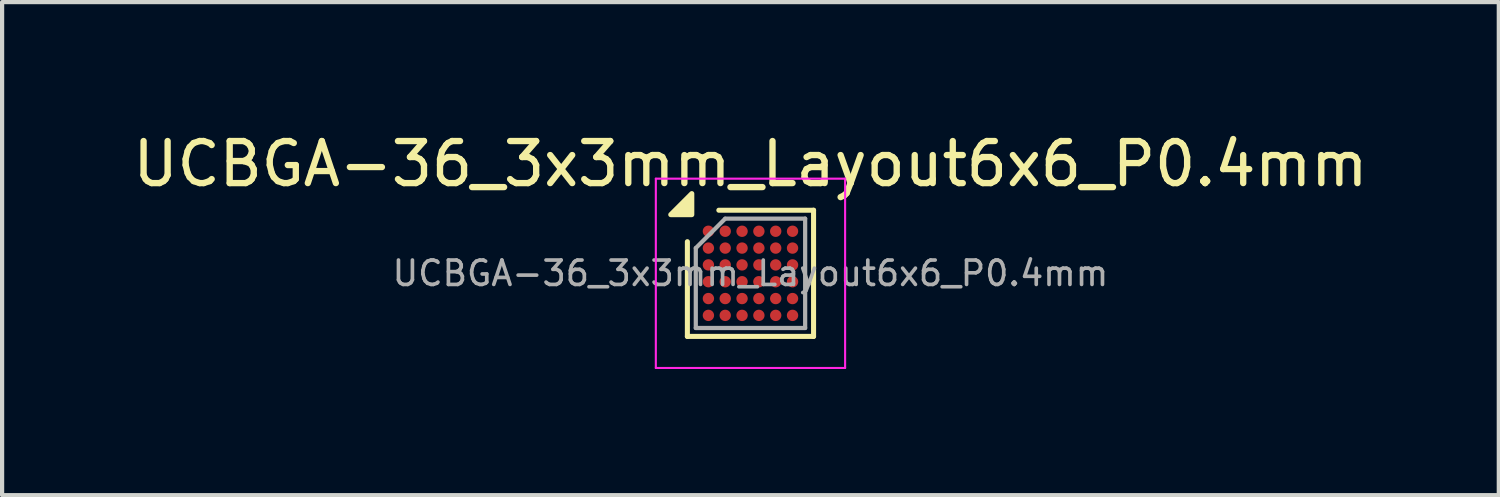
<source format=kicad_pcb>
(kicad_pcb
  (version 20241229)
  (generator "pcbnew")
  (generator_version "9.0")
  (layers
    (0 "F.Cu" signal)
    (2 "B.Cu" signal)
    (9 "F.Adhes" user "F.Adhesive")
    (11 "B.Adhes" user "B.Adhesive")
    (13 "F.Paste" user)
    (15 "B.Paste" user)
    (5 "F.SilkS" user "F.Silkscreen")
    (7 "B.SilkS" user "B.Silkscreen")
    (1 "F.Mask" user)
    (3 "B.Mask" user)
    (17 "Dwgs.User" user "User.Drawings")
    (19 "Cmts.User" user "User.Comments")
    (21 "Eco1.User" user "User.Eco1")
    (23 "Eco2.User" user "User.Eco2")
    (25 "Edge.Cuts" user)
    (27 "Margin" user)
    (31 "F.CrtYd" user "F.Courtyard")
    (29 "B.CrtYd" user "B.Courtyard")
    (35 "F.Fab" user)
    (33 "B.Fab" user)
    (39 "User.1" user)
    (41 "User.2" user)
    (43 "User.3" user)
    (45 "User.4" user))
  (footprint "UCBGA-36_3x3mm_Layout6x6_P0.4mm"
    (layer "F.Cu")
    (at 14.792 3.448)
    (property "Reference" "UCBGA-36_3x3mm_Layout6x6_P0.4mm" (at 0 -2.6 0) (layer "F.SilkS") (effects (font (size 1 1) (thickness 0.15))))
    (attr smd)
    (fp_line (start -1.5 1.5) (end -1.5 -0.752) (stroke (width 0.12) (type solid)) (layer "F.SilkS"))
    (fp_line (start -0.752 -1.5) (end 1.5 -1.5) (stroke (width 0.12) (type solid)) (layer "F.SilkS"))
    (fp_line (start 1.5 -1.5) (end 1.5 1.5) (stroke (width 0.12) (type solid)) (layer "F.SilkS"))
    (fp_line (start 1.5 1.5) (end -1.5 1.5) (stroke (width 0.12) (type solid)) (layer "F.SilkS"))
    (fp_poly (pts (xy -1.395 -1.395) (xy -1.895 -1.395) (xy -1.395 -1.895) (xy -1.395 -1.395)) (stroke (width 0.12) (type solid)) (fill yes) (layer "F.SilkS"))
    (fp_line (start -2.25 -2.25) (end -2.25 2.25) (stroke (width 0.05) (type solid)) (layer "F.CrtYd"))
    (fp_line (start -2.25 2.25) (end 2.25 2.25) (stroke (width 0.05) (type solid)) (layer "F.CrtYd"))
    (fp_line (start 2.25 -2.25) (end -2.25 -2.25) (stroke (width 0.05) (type solid)) (layer "F.CrtYd"))
    (fp_line (start 2.25 2.25) (end 2.25 -2.25) (stroke (width 0.05) (type solid)) (layer "F.CrtYd"))
    (fp_line (start -1.3 -0.6) (end -0.602 -1.298) (stroke (width 0.1) (type solid)) (layer "F.Fab"))
    (fp_line (start -1.3 1.3) (end -1.3 -0.6) (stroke (width 0.1) (type solid)) (layer "F.Fab"))
    (fp_line (start -0.6 -1.3) (end 1.3 -1.3) (stroke (width 0.1) (type solid)) (layer "F.Fab"))
    (fp_line (start 1.3 -1.3) (end 1.3 1.3) (stroke (width 0.1) (type solid)) (layer "F.Fab"))
    (fp_line (start 1.3 1.3) (end -1.3 1.3) (stroke (width 0.1) (type solid)) (layer "F.Fab"))
    (fp_text user "${REFERENCE}" (at 0 0 0) (layer "F.Fab") (effects (font (size 0.58 0.58) (thickness 0.087))))
    (pad "A1" smd circle (at -1 -1) (size 0.27 0.27) (property pad_prop_bga) (layers "F.Cu" "F.Mask" "F.Paste"))
    (pad "A2" smd circle (at -0.6 -1) (size 0.27 0.27) (property pad_prop_bga) (layers "F.Cu" "F.Mask" "F.Paste"))
    (pad "A3" smd circle (at -0.2 -1) (size 0.27 0.27) (property pad_prop_bga) (layers "F.Cu" "F.Mask" "F.Paste"))
    (pad "A4" smd circle (at 0.2 -1) (size 0.27 0.27) (property pad_prop_bga) (layers "F.Cu" "F.Mask" "F.Paste"))
    (pad "A5" smd circle (at 0.6 -1) (size 0.27 0.27) (property pad_prop_bga) (layers "F.Cu" "F.Mask" "F.Paste"))
    (pad "A6" smd circle (at 1 -1) (size 0.27 0.27) (property pad_prop_bga) (layers "F.Cu" "F.Mask" "F.Paste"))
    (pad "B1" smd circle (at -1 -0.6) (size 0.27 0.27) (property pad_prop_bga) (layers "F.Cu" "F.Mask" "F.Paste"))
    (pad "B2" smd circle (at -0.6 -0.6) (size 0.27 0.27) (property pad_prop_bga) (layers "F.Cu" "F.Mask" "F.Paste"))
    (pad "B3" smd circle (at -0.2 -0.6) (size 0.27 0.27) (property pad_prop_bga) (layers "F.Cu" "F.Mask" "F.Paste"))
    (pad "B4" smd circle (at 0.2 -0.6) (size 0.27 0.27) (property pad_prop_bga) (layers "F.Cu" "F.Mask" "F.Paste"))
    (pad "B5" smd circle (at 0.6 -0.6) (size 0.27 0.27) (property pad_prop_bga) (layers "F.Cu" "F.Mask" "F.Paste"))
    (pad "B6" smd circle (at 1 -0.6) (size 0.27 0.27) (property pad_prop_bga) (layers "F.Cu" "F.Mask" "F.Paste"))
    (pad "C1" smd circle (at -1 -0.2) (size 0.27 0.27) (property pad_prop_bga) (layers "F.Cu" "F.Mask" "F.Paste"))
    (pad "C2" smd circle (at -0.6 -0.2) (size 0.27 0.27) (property pad_prop_bga) (layers "F.Cu" "F.Mask" "F.Paste"))
    (pad "C3" smd circle (at -0.2 -0.2) (size 0.27 0.27) (property pad_prop_bga) (layers "F.Cu" "F.Mask" "F.Paste"))
    (pad "C4" smd circle (at 0.2 -0.2) (size 0.27 0.27) (property pad_prop_bga) (layers "F.Cu" "F.Mask" "F.Paste"))
    (pad "C5" smd circle (at 0.6 -0.2) (size 0.27 0.27) (property pad_prop_bga) (layers "F.Cu" "F.Mask" "F.Paste"))
    (pad "C6" smd circle (at 1 -0.2) (size 0.27 0.27) (property pad_prop_bga) (layers "F.Cu" "F.Mask" "F.Paste"))
    (pad "D1" smd circle (at -1 0.2) (size 0.27 0.27) (property pad_prop_bga) (layers "F.Cu" "F.Mask" "F.Paste"))
    (pad "D2" smd circle (at -0.6 0.2) (size 0.27 0.27) (property pad_prop_bga) (layers "F.Cu" "F.Mask" "F.Paste"))
    (pad "D3" smd circle (at -0.2 0.2) (size 0.27 0.27) (property pad_prop_bga) (layers "F.Cu" "F.Mask" "F.Paste"))
    (pad "D4" smd circle (at 0.2 0.2) (size 0.27 0.27) (property pad_prop_bga) (layers "F.Cu" "F.Mask" "F.Paste"))
    (pad "D5" smd circle (at 0.6 0.2) (size 0.27 0.27) (property pad_prop_bga) (layers "F.Cu" "F.Mask" "F.Paste"))
    (pad "D6" smd circle (at 1 0.2) (size 0.27 0.27) (property pad_prop_bga) (layers "F.Cu" "F.Mask" "F.Paste"))
    (pad "E1" smd circle (at -1 0.6) (size 0.27 0.27) (property pad_prop_bga) (layers "F.Cu" "F.Mask" "F.Paste"))
    (pad "E2" smd circle (at -0.6 0.6) (size 0.27 0.27) (property pad_prop_bga) (layers "F.Cu" "F.Mask" "F.Paste"))
    (pad "E3" smd circle (at -0.2 0.6) (size 0.27 0.27) (property pad_prop_bga) (layers "F.Cu" "F.Mask" "F.Paste"))
    (pad "E4" smd circle (at 0.2 0.6) (size 0.27 0.27) (property pad_prop_bga) (layers "F.Cu" "F.Mask" "F.Paste"))
    (pad "E5" smd circle (at 0.6 0.6) (size 0.27 0.27) (property pad_prop_bga) (layers "F.Cu" "F.Mask" "F.Paste"))
    (pad "E6" smd circle (at 1 0.6) (size 0.27 0.27) (property pad_prop_bga) (layers "F.Cu" "F.Mask" "F.Paste"))
    (pad "F1" smd circle (at -1 1) (size 0.27 0.27) (property pad_prop_bga) (layers "F.Cu" "F.Mask" "F.Paste"))
    (pad "F2" smd circle (at -0.6 1) (size 0.27 0.27) (property pad_prop_bga) (layers "F.Cu" "F.Mask" "F.Paste"))
    (pad "F3" smd circle (at -0.2 1) (size 0.27 0.27) (property pad_prop_bga) (layers "F.Cu" "F.Mask" "F.Paste"))
    (pad "F4" smd circle (at 0.2 1) (size 0.27 0.27) (property pad_prop_bga) (layers "F.Cu" "F.Mask" "F.Paste"))
    (pad "F5" smd circle (at 0.6 1) (size 0.27 0.27) (property pad_prop_bga) (layers "F.Cu" "F.Mask" "F.Paste"))
    (pad "F6" smd circle (at 1 1) (size 0.27 0.27) (property pad_prop_bga) (layers "F.Cu" "F.Mask" "F.Paste")))
  (gr_rect
    (start -3 -3)
    (end 32.583 8.723)
    (stroke (width 0.1) (type default))
    (fill no)
    (layer "Edge.Cuts")))
</source>
